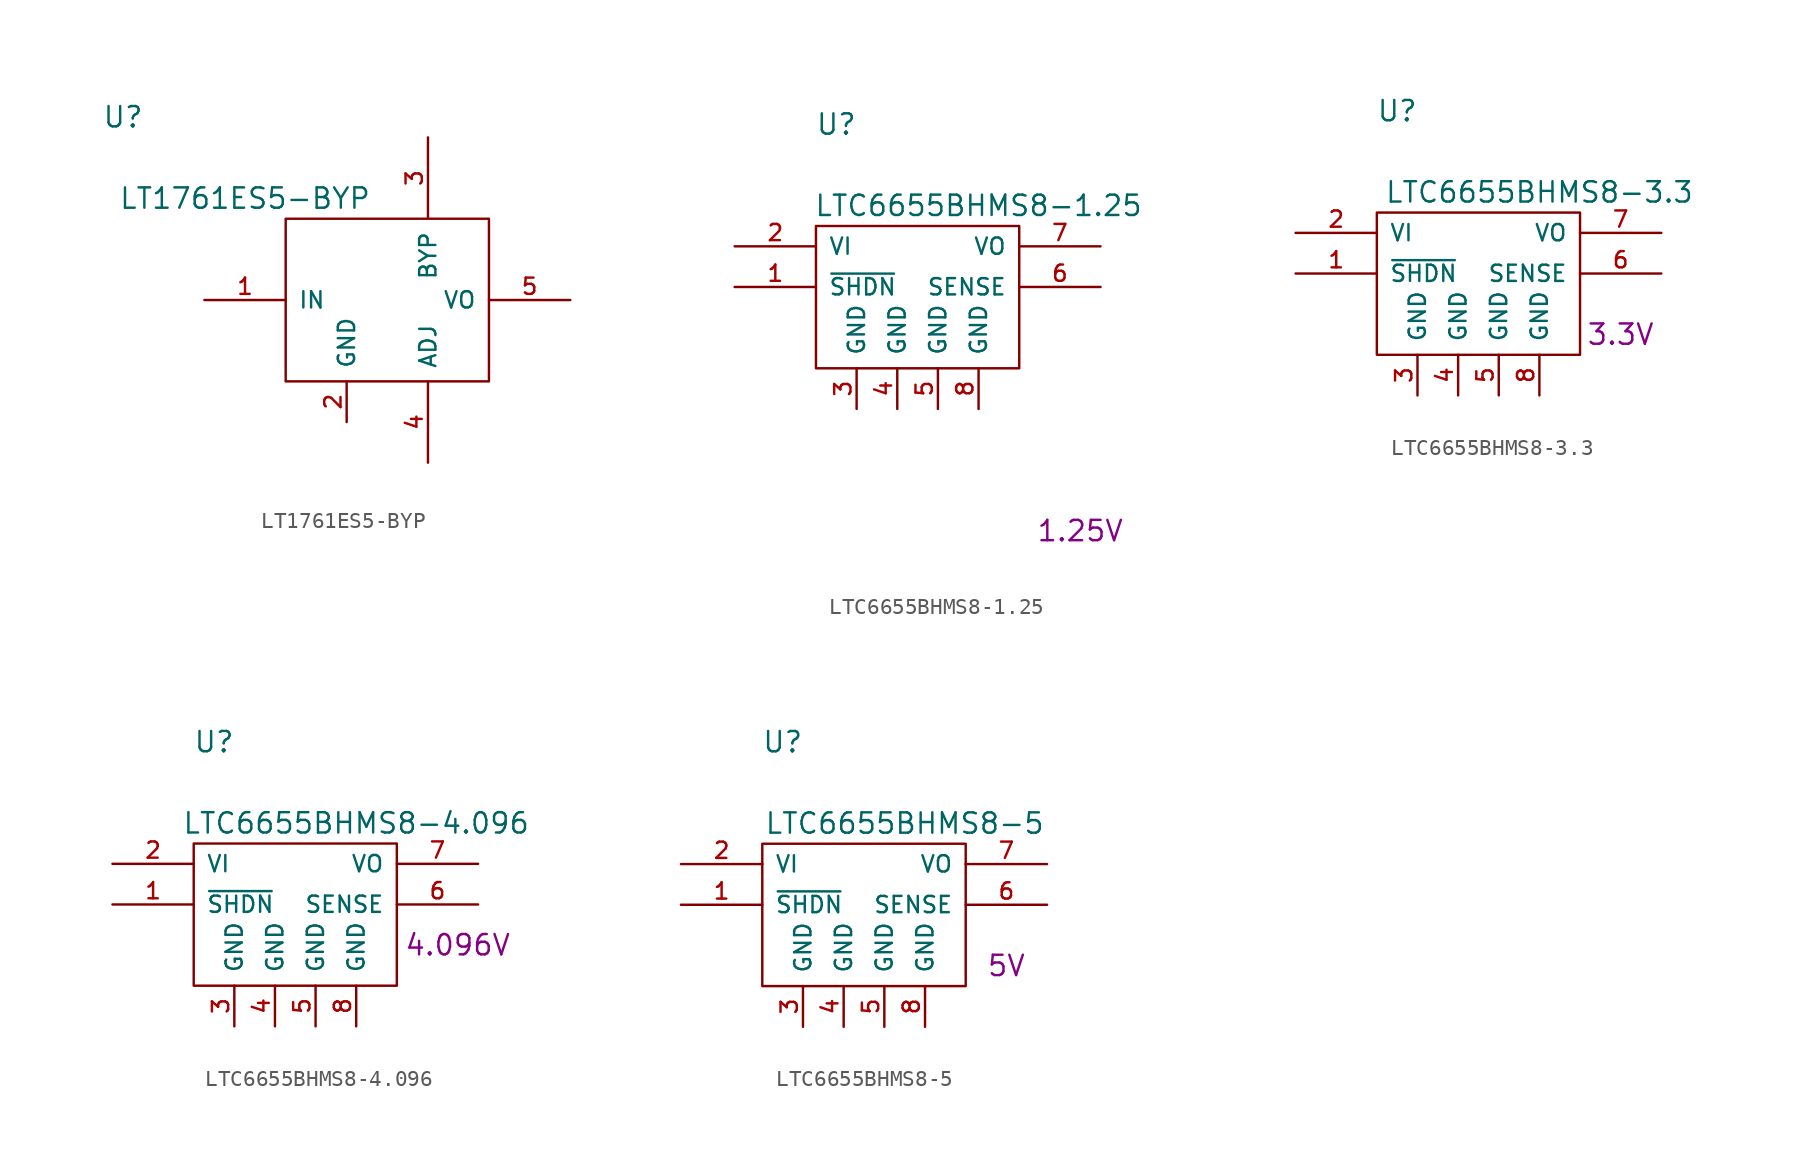
<source format=kicad_sym>
(kicad_symbol_lib
  (version 20211014)
  (generator kicad_symbol_editor)
  (symbol "LT1761ES5-BYP"
    (pin_names
      (offset 0.762))
    (property "Reference" "U"
      (at -5.08 11.43 0)
      (effects (font (size 1.27 1.27))))
    (property "Value" "LT1761ES5-BYP"
      (at 2.54 6.35 0)
      (effects (font (size 1.27 1.27))))
    (symbol "LT1761ES5-BYP_0_1"
      (rectangle (start 5.08 -5.08) (end 17.78 5.08) (stroke (width 0) (type default) (color 0 0 0 0)) (fill (type none))))
    (symbol "LT1761ES5-BYP_1_1"
      (pin power_in line (at 0 0 0) (length 5.08) (name "IN" (effects (font (size 1.016 1.016)))) (number "1" (effects (font (size 1.016 1.016)))))
      (pin power_in line (at 8.89 -7.62 90) (length 2.54) (name "GND" (effects (font (size 1.016 1.016)))) (number "2" (effects (font (size 1.016 1.016)))))
      (pin input line (at 13.97 10.16 270) (length 5.08) (name "BYP" (effects (font (size 1.016 1.016)))) (number "3" (effects (font (size 1.016 1.016)))))
      (pin input line (at 13.97 -10.16 90) (length 5.08) (name "ADJ" (effects (font (size 1.016 1.016)))) (number "4" (effects (font (size 1.016 1.016)))))
      (pin power_out line (at 22.86 0 180) (length 5.08) (name "VO" (effects (font (size 1.016 1.016)))) (number "5" (effects (font (size 1.016 1.016)))))))
  (symbol "LTC6655BHMS8-1.25"
    (pin_names
      (offset 0.762))
    (property "Reference" "U"
      (at 6.35 7.62 0)
      (effects (font (size 1.27 1.27))))
    (property "Value" "LTC6655BHMS8-1.25"
      (at 15.24 2.54 0)
      (effects (font (size 1.27 1.27))))
    (property "Desc1" "1.25V"
      (at 21.59 -17.78 0)
      (effects (font (size 1.27 1.27))))
    (symbol "LTC6655BHMS8-1.25_0_1"
      (rectangle (start 5.08 -7.62) (end 17.78 1.27) (stroke (width 0) (type default) (color 0 0 0 0)) (fill (type none))))
    (symbol "LTC6655BHMS8-1.25_1_1"
      (pin input line (at 0 -2.54 0) (length 5.08) (name "~{SHDN}" (effects (font (size 1.016 1.016)))) (number "1" (effects (font (size 1.016 1.016)))))
      (pin power_in line (at 0 0 0) (length 5.08) (name "VI" (effects (font (size 1.016 1.016)))) (number "2" (effects (font (size 1.016 1.016)))))
      (pin power_in line (at 7.62 -10.16 90) (length 2.54) (name "GND" (effects (font (size 1.016 1.016)))) (number "3" (effects (font (size 1.016 1.016)))))
      (pin power_in line (at 10.16 -10.16 90) (length 2.54) (name "GND" (effects (font (size 1.016 1.016)))) (number "4" (effects (font (size 1.016 1.016)))))
      (pin power_in line (at 12.7 -10.16 90) (length 2.54) (name "GND" (effects (font (size 1.016 1.016)))) (number "5" (effects (font (size 1.016 1.016)))))
      (pin input line (at 22.86 -2.54 180) (length 5.08) (name "SENSE" (effects (font (size 1.016 1.016)))) (number "6" (effects (font (size 1.016 1.016)))))
      (pin power_out line (at 22.86 0 180) (length 5.08) (name "VO" (effects (font (size 1.016 1.016)))) (number "7" (effects (font (size 1.016 1.016)))))
      (pin power_in line (at 15.24 -10.16 90) (length 2.54) (name "GND" (effects (font (size 1.016 1.016)))) (number "8" (effects (font (size 1.016 1.016)))))))
  (symbol "LTC6655BHMS8-3.3"
    (pin_names
      (offset 0.762))
    (property "Reference" "U"
      (at 6.35 7.62 0)
      (effects (font (size 1.27 1.27))))
    (property "Value" "LTC6655BHMS8-3.3"
      (at 15.24 2.54 0)
      (effects (font (size 1.27 1.27))))
    (property "Desc1" "3.3V"
      (at 20.32 -6.35 0)
      (effects (font (size 1.27 1.27))))
    (symbol "LTC6655BHMS8-3.3_0_1"
      (rectangle (start 5.08 -7.62) (end 17.78 1.27) (stroke (width 0) (type default) (color 0 0 0 0)) (fill (type none))))
    (symbol "LTC6655BHMS8-3.3_1_1"
      (pin input line (at 0 -2.54 0) (length 5.08) (name "~{SHDN}" (effects (font (size 1.016 1.016)))) (number "1" (effects (font (size 1.016 1.016)))))
      (pin power_in line (at 0 0 0) (length 5.08) (name "VI" (effects (font (size 1.016 1.016)))) (number "2" (effects (font (size 1.016 1.016)))))
      (pin power_in line (at 7.62 -10.16 90) (length 2.54) (name "GND" (effects (font (size 1.016 1.016)))) (number "3" (effects (font (size 1.016 1.016)))))
      (pin power_in line (at 10.16 -10.16 90) (length 2.54) (name "GND" (effects (font (size 1.016 1.016)))) (number "4" (effects (font (size 1.016 1.016)))))
      (pin power_in line (at 12.7 -10.16 90) (length 2.54) (name "GND" (effects (font (size 1.016 1.016)))) (number "5" (effects (font (size 1.016 1.016)))))
      (pin input line (at 22.86 -2.54 180) (length 5.08) (name "SENSE" (effects (font (size 1.016 1.016)))) (number "6" (effects (font (size 1.016 1.016)))))
      (pin power_out line (at 22.86 0 180) (length 5.08) (name "VO" (effects (font (size 1.016 1.016)))) (number "7" (effects (font (size 1.016 1.016)))))
      (pin power_in line (at 15.24 -10.16 90) (length 2.54) (name "GND" (effects (font (size 1.016 1.016)))) (number "8" (effects (font (size 1.016 1.016)))))))
  (symbol "LTC6655BHMS8-4.096"
    (pin_names
      (offset 0.762))
    (property "Reference" "U"
      (at 6.35 7.62 0)
      (effects (font (size 1.27 1.27))))
    (property "Value" "LTC6655BHMS8-4.096"
      (at 15.24 2.54 0)
      (effects (font (size 1.27 1.27))))
    (property "Desc1" "4.096V"
      (at 21.59 -5.08 0)
      (effects (font (size 1.27 1.27))))
    (symbol "LTC6655BHMS8-4.096_0_1"
      (rectangle (start 5.08 -7.62) (end 17.78 1.27) (stroke (width 0) (type default) (color 0 0 0 0)) (fill (type none))))
    (symbol "LTC6655BHMS8-4.096_1_1"
      (pin input line (at 0 -2.54 0) (length 5.08) (name "~{SHDN}" (effects (font (size 1.016 1.016)))) (number "1" (effects (font (size 1.016 1.016)))))
      (pin power_in line (at 0 0 0) (length 5.08) (name "VI" (effects (font (size 1.016 1.016)))) (number "2" (effects (font (size 1.016 1.016)))))
      (pin power_in line (at 7.62 -10.16 90) (length 2.54) (name "GND" (effects (font (size 1.016 1.016)))) (number "3" (effects (font (size 1.016 1.016)))))
      (pin power_in line (at 10.16 -10.16 90) (length 2.54) (name "GND" (effects (font (size 1.016 1.016)))) (number "4" (effects (font (size 1.016 1.016)))))
      (pin power_in line (at 12.7 -10.16 90) (length 2.54) (name "GND" (effects (font (size 1.016 1.016)))) (number "5" (effects (font (size 1.016 1.016)))))
      (pin input line (at 22.86 -2.54 180) (length 5.08) (name "SENSE" (effects (font (size 1.016 1.016)))) (number "6" (effects (font (size 1.016 1.016)))))
      (pin power_out line (at 22.86 0 180) (length 5.08) (name "VO" (effects (font (size 1.016 1.016)))) (number "7" (effects (font (size 1.016 1.016)))))
      (pin power_in line (at 15.24 -10.16 90) (length 2.54) (name "GND" (effects (font (size 1.016 1.016)))) (number "8" (effects (font (size 1.016 1.016)))))))
  (symbol "LTC6655BHMS8-5"
    (pin_names
      (offset 0.762))
    (property "Reference" "U"
      (at 6.35 7.62 0)
      (effects (font (size 1.27 1.27))))
    (property "Value" "LTC6655BHMS8-5"
      (at 13.97 2.54 0)
      (effects (font (size 1.27 1.27))))
    (property "Desc1" "5V"
      (at 20.32 -6.35 0)
      (effects (font (size 1.27 1.27))))
    (symbol "LTC6655BHMS8-5_0_1"
      (rectangle (start 5.08 -7.62) (end 17.78 1.27) (stroke (width 0) (type default) (color 0 0 0 0)) (fill (type none))))
    (symbol "LTC6655BHMS8-5_1_1"
      (pin input line (at 0 -2.54 0) (length 5.08) (name "~{SHDN}" (effects (font (size 1.016 1.016)))) (number "1" (effects (font (size 1.016 1.016)))))
      (pin power_in line (at 0 0 0) (length 5.08) (name "VI" (effects (font (size 1.016 1.016)))) (number "2" (effects (font (size 1.016 1.016)))))
      (pin power_in line (at 7.62 -10.16 90) (length 2.54) (name "GND" (effects (font (size 1.016 1.016)))) (number "3" (effects (font (size 1.016 1.016)))))
      (pin power_in line (at 10.16 -10.16 90) (length 2.54) (name "GND" (effects (font (size 1.016 1.016)))) (number "4" (effects (font (size 1.016 1.016)))))
      (pin power_in line (at 12.7 -10.16 90) (length 2.54) (name "GND" (effects (font (size 1.016 1.016)))) (number "5" (effects (font (size 1.016 1.016)))))
      (pin input line (at 22.86 -2.54 180) (length 5.08) (name "SENSE" (effects (font (size 1.016 1.016)))) (number "6" (effects (font (size 1.016 1.016)))))
      (pin power_out line (at 22.86 0 180) (length 5.08) (name "VO" (effects (font (size 1.016 1.016)))) (number "7" (effects (font (size 1.016 1.016)))))
      (pin power_in line (at 15.24 -10.16 90) (length 2.54) (name "GND" (effects (font (size 1.016 1.016)))) (number "8" (effects (font (size 1.016 1.016))))))))
</source>
